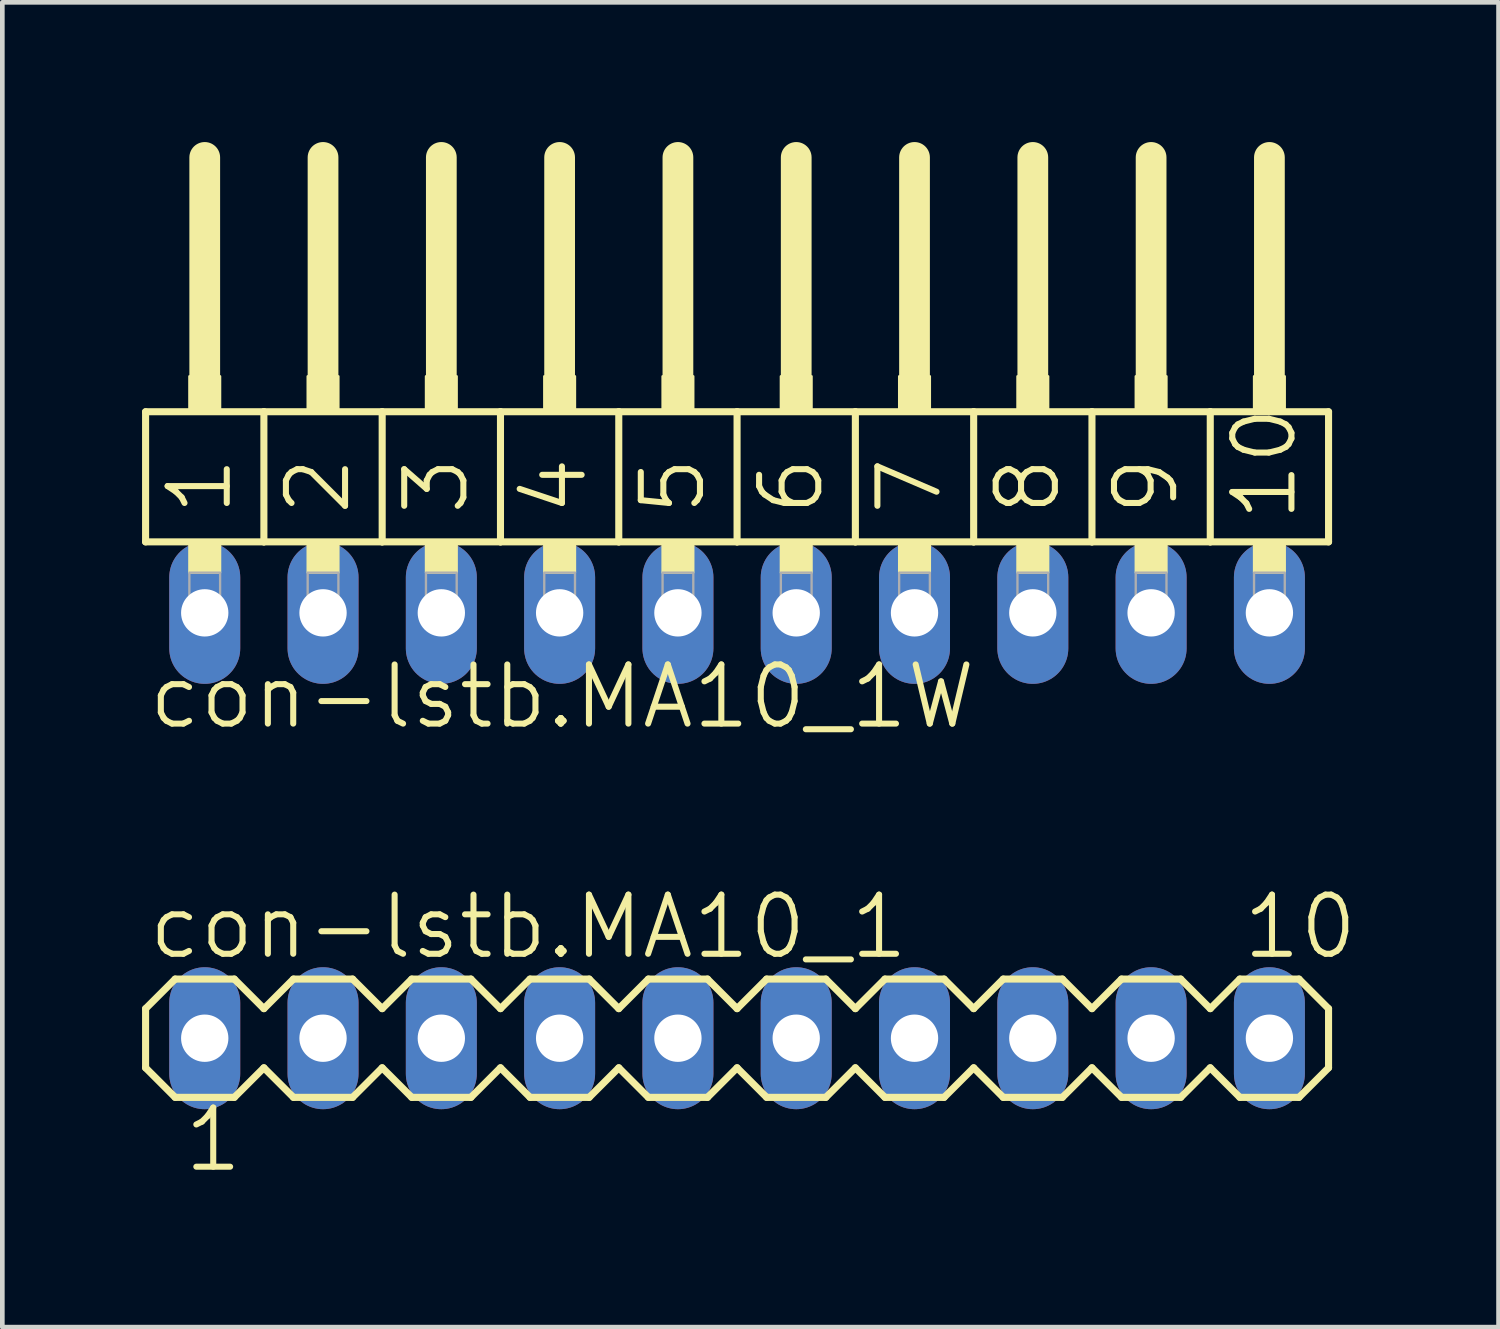
<source format=kicad_pcb>
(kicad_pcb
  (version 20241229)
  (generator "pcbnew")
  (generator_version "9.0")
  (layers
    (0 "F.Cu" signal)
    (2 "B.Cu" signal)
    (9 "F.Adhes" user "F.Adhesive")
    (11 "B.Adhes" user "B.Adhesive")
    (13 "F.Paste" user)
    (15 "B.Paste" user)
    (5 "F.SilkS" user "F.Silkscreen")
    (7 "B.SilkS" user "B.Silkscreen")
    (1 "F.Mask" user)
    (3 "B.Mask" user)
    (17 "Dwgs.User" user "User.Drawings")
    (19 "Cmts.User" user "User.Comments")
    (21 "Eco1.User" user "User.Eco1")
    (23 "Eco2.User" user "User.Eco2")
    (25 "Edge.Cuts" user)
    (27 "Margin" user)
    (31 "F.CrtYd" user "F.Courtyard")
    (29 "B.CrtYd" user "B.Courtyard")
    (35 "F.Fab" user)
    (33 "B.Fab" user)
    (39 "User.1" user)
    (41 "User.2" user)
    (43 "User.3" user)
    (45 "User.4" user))
  (footprint "con-lstb.MA10_1"
    (layer "F.Cu")
    (at 12.776 19.242)
    (property "Reference" "con-lstb.MA10_1" (at -12.7 -1.651 0) (layer "F.SilkS") (effects (font (size 1.27 1.27) (thickness 0.13)) (justify left bottom)))
    (attr through_hole)
    (fp_line (start -12.7 -0.635) (end -12.7 0.635) (stroke (width 0.152) (type default)) (layer "F.SilkS"))
    (fp_line (start -12.7 0.635) (end -12.065 1.27) (stroke (width 0.152) (type default)) (layer "F.SilkS"))
    (fp_line (start -12.065 -1.27) (end -12.7 -0.635) (stroke (width 0.152) (type default)) (layer "F.SilkS"))
    (fp_line (start -12.065 -1.27) (end -10.795 -1.27) (stroke (width 0.152) (type default)) (layer "F.SilkS"))
    (fp_line (start -10.795 -1.27) (end -10.16 -0.635) (stroke (width 0.152) (type default)) (layer "F.SilkS"))
    (fp_line (start -10.795 1.27) (end -12.065 1.27) (stroke (width 0.152) (type default)) (layer "F.SilkS"))
    (fp_line (start -10.16 -0.635) (end -9.525 -1.27) (stroke (width 0.152) (type default)) (layer "F.SilkS"))
    (fp_line (start -10.16 0.635) (end -10.795 1.27) (stroke (width 0.152) (type default)) (layer "F.SilkS"))
    (fp_line (start -9.525 -1.27) (end -8.255 -1.27) (stroke (width 0.152) (type default)) (layer "F.SilkS"))
    (fp_line (start -9.525 1.27) (end -10.16 0.635) (stroke (width 0.152) (type default)) (layer "F.SilkS"))
    (fp_line (start -8.255 -1.27) (end -7.62 -0.635) (stroke (width 0.152) (type default)) (layer "F.SilkS"))
    (fp_line (start -8.255 1.27) (end -9.525 1.27) (stroke (width 0.152) (type default)) (layer "F.SilkS"))
    (fp_line (start -7.62 -0.635) (end -6.985 -1.27) (stroke (width 0.152) (type default)) (layer "F.SilkS"))
    (fp_line (start -7.62 0.635) (end -8.255 1.27) (stroke (width 0.152) (type default)) (layer "F.SilkS"))
    (fp_line (start -6.985 -1.27) (end -5.715 -1.27) (stroke (width 0.152) (type default)) (layer "F.SilkS"))
    (fp_line (start -6.985 1.27) (end -7.62 0.635) (stroke (width 0.152) (type default)) (layer "F.SilkS"))
    (fp_line (start -5.715 -1.27) (end -5.08 -0.635) (stroke (width 0.152) (type default)) (layer "F.SilkS"))
    (fp_line (start -5.715 1.27) (end -6.985 1.27) (stroke (width 0.152) (type default)) (layer "F.SilkS"))
    (fp_line (start -5.08 0.635) (end -5.715 1.27) (stroke (width 0.152) (type default)) (layer "F.SilkS"))
    (fp_line (start -5.08 0.635) (end -4.445 1.27) (stroke (width 0.152) (type default)) (layer "F.SilkS"))
    (fp_line (start -4.445 -1.27) (end -5.08 -0.635) (stroke (width 0.152) (type default)) (layer "F.SilkS"))
    (fp_line (start -4.445 -1.27) (end -3.175 -1.27) (stroke (width 0.152) (type default)) (layer "F.SilkS"))
    (fp_line (start -3.175 -1.27) (end -2.54 -0.635) (stroke (width 0.152) (type default)) (layer "F.SilkS"))
    (fp_line (start -3.175 1.27) (end -4.445 1.27) (stroke (width 0.152) (type default)) (layer "F.SilkS"))
    (fp_line (start -2.54 0.635) (end -3.175 1.27) (stroke (width 0.152) (type default)) (layer "F.SilkS"))
    (fp_line (start -2.54 0.635) (end -1.905 1.27) (stroke (width 0.152) (type default)) (layer "F.SilkS"))
    (fp_line (start -1.905 -1.27) (end -2.54 -0.635) (stroke (width 0.152) (type default)) (layer "F.SilkS"))
    (fp_line (start -1.905 -1.27) (end -0.635 -1.27) (stroke (width 0.152) (type default)) (layer "F.SilkS"))
    (fp_line (start -0.635 -1.27) (end 0 -0.635) (stroke (width 0.152) (type default)) (layer "F.SilkS"))
    (fp_line (start -0.635 1.27) (end -1.905 1.27) (stroke (width 0.152) (type default)) (layer "F.SilkS"))
    (fp_line (start 0 -0.635) (end 0.635 -1.27) (stroke (width 0.152) (type default)) (layer "F.SilkS"))
    (fp_line (start 0 0.635) (end -0.635 1.27) (stroke (width 0.152) (type default)) (layer "F.SilkS"))
    (fp_line (start 0.635 -1.27) (end 1.905 -1.27) (stroke (width 0.152) (type default)) (layer "F.SilkS"))
    (fp_line (start 0.635 1.27) (end 0 0.635) (stroke (width 0.152) (type default)) (layer "F.SilkS"))
    (fp_line (start 1.905 -1.27) (end 2.54 -0.635) (stroke (width 0.152) (type default)) (layer "F.SilkS"))
    (fp_line (start 1.905 1.27) (end 0.635 1.27) (stroke (width 0.152) (type default)) (layer "F.SilkS"))
    (fp_line (start 2.54 -0.635) (end 3.175 -1.27) (stroke (width 0.152) (type default)) (layer "F.SilkS"))
    (fp_line (start 2.54 0.635) (end 1.905 1.27) (stroke (width 0.152) (type default)) (layer "F.SilkS"))
    (fp_line (start 3.175 -1.27) (end 4.445 -1.27) (stroke (width 0.152) (type default)) (layer "F.SilkS"))
    (fp_line (start 3.175 1.27) (end 2.54 0.635) (stroke (width 0.152) (type default)) (layer "F.SilkS"))
    (fp_line (start 4.445 -1.27) (end 5.08 -0.635) (stroke (width 0.152) (type default)) (layer "F.SilkS"))
    (fp_line (start 4.445 1.27) (end 3.175 1.27) (stroke (width 0.152) (type default)) (layer "F.SilkS"))
    (fp_line (start 5.08 0.635) (end 4.445 1.27) (stroke (width 0.152) (type default)) (layer "F.SilkS"))
    (fp_line (start 5.08 0.635) (end 5.715 1.27) (stroke (width 0.152) (type default)) (layer "F.SilkS"))
    (fp_line (start 5.715 -1.27) (end 5.08 -0.635) (stroke (width 0.152) (type default)) (layer "F.SilkS"))
    (fp_line (start 5.715 -1.27) (end 6.985 -1.27) (stroke (width 0.152) (type default)) (layer "F.SilkS"))
    (fp_line (start 6.985 -1.27) (end 7.62 -0.635) (stroke (width 0.152) (type default)) (layer "F.SilkS"))
    (fp_line (start 6.985 1.27) (end 5.715 1.27) (stroke (width 0.152) (type default)) (layer "F.SilkS"))
    (fp_line (start 7.62 0.635) (end 6.985 1.27) (stroke (width 0.152) (type default)) (layer "F.SilkS"))
    (fp_line (start 7.62 0.635) (end 8.255 1.27) (stroke (width 0.152) (type default)) (layer "F.SilkS"))
    (fp_line (start 8.255 -1.27) (end 7.62 -0.635) (stroke (width 0.152) (type default)) (layer "F.SilkS"))
    (fp_line (start 8.255 -1.27) (end 9.525 -1.27) (stroke (width 0.152) (type default)) (layer "F.SilkS"))
    (fp_line (start 9.525 -1.27) (end 10.16 -0.635) (stroke (width 0.152) (type default)) (layer "F.SilkS"))
    (fp_line (start 9.525 1.27) (end 8.255 1.27) (stroke (width 0.152) (type default)) (layer "F.SilkS"))
    (fp_line (start 10.16 -0.635) (end 10.795 -1.27) (stroke (width 0.152) (type default)) (layer "F.SilkS"))
    (fp_line (start 10.16 0.635) (end 9.525 1.27) (stroke (width 0.152) (type default)) (layer "F.SilkS"))
    (fp_line (start 10.795 -1.27) (end 12.065 -1.27) (stroke (width 0.152) (type default)) (layer "F.SilkS"))
    (fp_line (start 10.795 1.27) (end 10.16 0.635) (stroke (width 0.152) (type default)) (layer "F.SilkS"))
    (fp_line (start 12.065 -1.27) (end 12.7 -0.635) (stroke (width 0.152) (type default)) (layer "F.SilkS"))
    (fp_line (start 12.065 1.27) (end 10.795 1.27) (stroke (width 0.152) (type default)) (layer "F.SilkS"))
    (fp_line (start 12.7 -0.635) (end 12.7 0.635) (stroke (width 0.152) (type default)) (layer "F.SilkS"))
    (fp_line (start 12.7 0.635) (end 12.065 1.27) (stroke (width 0.152) (type default)) (layer "F.SilkS"))
    (fp_rect (start -11.684 0.254) (end -11.176 -0.254) (stroke (width 0.05) (type default)) (fill no) (layer "F.Fab"))
    (fp_rect (start -9.144 0.254) (end -8.636 -0.254) (stroke (width 0.05) (type default)) (fill no) (layer "F.Fab"))
    (fp_rect (start -6.604 0.254) (end -6.096 -0.254) (stroke (width 0.05) (type default)) (fill no) (layer "F.Fab"))
    (fp_rect (start -4.064 0.254) (end -3.556 -0.254) (stroke (width 0.05) (type default)) (fill no) (layer "F.Fab"))
    (fp_rect (start -1.524 0.254) (end -1.016 -0.254) (stroke (width 0.05) (type default)) (fill no) (layer "F.Fab"))
    (fp_rect (start 1.016 0.254) (end 1.524 -0.254) (stroke (width 0.05) (type default)) (fill no) (layer "F.Fab"))
    (fp_rect (start 3.556 0.254) (end 4.064 -0.254) (stroke (width 0.05) (type default)) (fill no) (layer "F.Fab"))
    (fp_rect (start 6.096 0.254) (end 6.604 -0.254) (stroke (width 0.05) (type default)) (fill no) (layer "F.Fab"))
    (fp_rect (start 8.636 0.254) (end 9.144 -0.254) (stroke (width 0.05) (type default)) (fill no) (layer "F.Fab"))
    (fp_rect (start 11.176 0.254) (end 11.684 -0.254) (stroke (width 0.05) (type default)) (fill no) (layer "F.Fab"))
    (fp_text user "1" (at -11.938 2.921 0) (layer "F.SilkS") (effects (font (size 1.27 1.27) (thickness 0.13)) (justify left bottom)))
    (fp_text user "10" (at 10.795 -1.651 0) (layer "F.SilkS") (effects (font (size 1.27 1.27) (thickness 0.13)) (justify left bottom)))
    (pad "1" thru_hole oval (at -11.43 0 90) (size 3.048 1.524) (drill 1.016) (layers "*.Cu" "*.Mask"))
    (pad "2" thru_hole oval (at -8.89 0 90) (size 3.048 1.524) (drill 1.016) (layers "*.Cu" "*.Mask"))
    (pad "3" thru_hole oval (at -6.35 0 90) (size 3.048 1.524) (drill 1.016) (layers "*.Cu" "*.Mask"))
    (pad "4" thru_hole oval (at -3.81 0 90) (size 3.048 1.524) (drill 1.016) (layers "*.Cu" "*.Mask"))
    (pad "5" thru_hole oval (at -1.27 0 90) (size 3.048 1.524) (drill 1.016) (layers "*.Cu" "*.Mask"))
    (pad "6" thru_hole oval (at 1.27 0 90) (size 3.048 1.524) (drill 1.016) (layers "*.Cu" "*.Mask"))
    (pad "7" thru_hole oval (at 3.81 0 90) (size 3.048 1.524) (drill 1.016) (layers "*.Cu" "*.Mask"))
    (pad "8" thru_hole oval (at 6.35 0 90) (size 3.048 1.524) (drill 1.016) (layers "*.Cu" "*.Mask"))
    (pad "9" thru_hole oval (at 8.89 0 90) (size 3.048 1.524) (drill 1.016) (layers "*.Cu" "*.Mask"))
    (pad "10" thru_hole oval (at 11.43 0 90) (size 3.048 1.524) (drill 1.016) (layers "*.Cu" "*.Mask")))
  (footprint "con-lstb.MA10_1W"
    (layer "F.Cu")
    (at 12.776 10.109)
    (property "Reference" "con-lstb.MA10_1W" (at -12.7 2.54 0) (layer "F.SilkS") (effects (font (size 1.27 1.27) (thickness 0.13)) (justify left bottom)))
    (attr through_hole)
    (fp_line (start -12.7 -4.318) (end -10.16 -4.318) (stroke (width 0.152) (type default)) (layer "F.SilkS"))
    (fp_line (start -12.7 -1.524) (end -12.7 -4.318) (stroke (width 0.152) (type default)) (layer "F.SilkS"))
    (fp_line (start -11.43 -5.08) (end -11.43 -9.779) (stroke (width 0.66) (type default)) (layer "F.SilkS"))
    (fp_line (start -10.16 -4.318) (end -7.62 -4.318) (stroke (width 0.152) (type default)) (layer "F.SilkS"))
    (fp_line (start -10.16 -1.524) (end -12.7 -1.524) (stroke (width 0.152) (type default)) (layer "F.SilkS"))
    (fp_line (start -10.16 -1.524) (end -10.16 -4.318) (stroke (width 0.152) (type default)) (layer "F.SilkS"))
    (fp_line (start -10.16 -1.524) (end -7.62 -1.524) (stroke (width 0.152) (type default)) (layer "F.SilkS"))
    (fp_line (start -8.89 -5.08) (end -8.89 -9.779) (stroke (width 0.66) (type default)) (layer "F.SilkS"))
    (fp_line (start -7.62 -4.318) (end -5.08 -4.318) (stroke (width 0.152) (type default)) (layer "F.SilkS"))
    (fp_line (start -7.62 -1.524) (end -7.62 -4.318) (stroke (width 0.152) (type default)) (layer "F.SilkS"))
    (fp_line (start -6.35 -5.08) (end -6.35 -9.779) (stroke (width 0.66) (type default)) (layer "F.SilkS"))
    (fp_line (start -5.08 -4.318) (end -2.54 -4.318) (stroke (width 0.152) (type default)) (layer "F.SilkS"))
    (fp_line (start -5.08 -1.524) (end -7.62 -1.524) (stroke (width 0.152) (type default)) (layer "F.SilkS"))
    (fp_line (start -5.08 -1.524) (end -5.08 -4.318) (stroke (width 0.152) (type default)) (layer "F.SilkS"))
    (fp_line (start -3.81 -5.08) (end -3.81 -9.779) (stroke (width 0.66) (type default)) (layer "F.SilkS"))
    (fp_line (start -2.54 -4.318) (end 0 -4.318) (stroke (width 0.152) (type default)) (layer "F.SilkS"))
    (fp_line (start -2.54 -1.524) (end -5.08 -1.524) (stroke (width 0.152) (type default)) (layer "F.SilkS"))
    (fp_line (start -2.54 -1.524) (end -2.54 -4.318) (stroke (width 0.152) (type default)) (layer "F.SilkS"))
    (fp_line (start -1.27 -5.08) (end -1.27 -9.779) (stroke (width 0.66) (type default)) (layer "F.SilkS"))
    (fp_line (start 0 -4.318) (end 2.54 -4.318) (stroke (width 0.152) (type default)) (layer "F.SilkS"))
    (fp_line (start 0 -1.524) (end -2.54 -1.524) (stroke (width 0.152) (type default)) (layer "F.SilkS"))
    (fp_line (start 0 -1.524) (end 0 -4.318) (stroke (width 0.152) (type default)) (layer "F.SilkS"))
    (fp_line (start 1.27 -5.08) (end 1.27 -9.779) (stroke (width 0.66) (type default)) (layer "F.SilkS"))
    (fp_line (start 2.54 -4.318) (end 5.08 -4.318) (stroke (width 0.152) (type default)) (layer "F.SilkS"))
    (fp_line (start 2.54 -1.524) (end 0 -1.524) (stroke (width 0.152) (type default)) (layer "F.SilkS"))
    (fp_line (start 2.54 -1.524) (end 2.54 -4.318) (stroke (width 0.152) (type default)) (layer "F.SilkS"))
    (fp_line (start 2.54 -1.524) (end 5.08 -1.524) (stroke (width 0.152) (type default)) (layer "F.SilkS"))
    (fp_line (start 3.81 -5.08) (end 3.81 -9.779) (stroke (width 0.66) (type default)) (layer "F.SilkS"))
    (fp_line (start 5.08 -4.318) (end 7.62 -4.318) (stroke (width 0.152) (type default)) (layer "F.SilkS"))
    (fp_line (start 5.08 -1.524) (end 5.08 -4.318) (stroke (width 0.152) (type default)) (layer "F.SilkS"))
    (fp_line (start 6.35 -5.08) (end 6.35 -9.779) (stroke (width 0.66) (type default)) (layer "F.SilkS"))
    (fp_line (start 7.62 -4.318) (end 10.16 -4.318) (stroke (width 0.152) (type default)) (layer "F.SilkS"))
    (fp_line (start 7.62 -1.524) (end 5.08 -1.524) (stroke (width 0.152) (type default)) (layer "F.SilkS"))
    (fp_line (start 7.62 -1.524) (end 7.62 -4.318) (stroke (width 0.152) (type default)) (layer "F.SilkS"))
    (fp_line (start 8.89 -5.08) (end 8.89 -9.779) (stroke (width 0.66) (type default)) (layer "F.SilkS"))
    (fp_line (start 10.16 -4.318) (end 12.7 -4.318) (stroke (width 0.152) (type default)) (layer "F.SilkS"))
    (fp_line (start 10.16 -1.524) (end 7.62 -1.524) (stroke (width 0.152) (type default)) (layer "F.SilkS"))
    (fp_line (start 10.16 -1.524) (end 10.16 -4.318) (stroke (width 0.152) (type default)) (layer "F.SilkS"))
    (fp_line (start 11.43 -5.08) (end 11.43 -9.779) (stroke (width 0.66) (type default)) (layer "F.SilkS"))
    (fp_line (start 12.7 -1.524) (end 10.16 -1.524) (stroke (width 0.152) (type default)) (layer "F.SilkS"))
    (fp_line (start 12.7 -1.524) (end 12.7 -4.318) (stroke (width 0.152) (type default)) (layer "F.SilkS"))
    (fp_rect (start -11.76 -4.318) (end -11.1 -5.08) (stroke (width 0.05) (type default)) (fill yes) (layer "F.SilkS"))
    (fp_rect (start -11.76 -0.864) (end -11.1 -1.524) (stroke (width 0.05) (type default)) (fill yes) (layer "F.SilkS"))
    (fp_rect (start -9.22 -4.318) (end -8.56 -5.08) (stroke (width 0.05) (type default)) (fill yes) (layer "F.SilkS"))
    (fp_rect (start -9.22 -0.864) (end -8.56 -1.524) (stroke (width 0.05) (type default)) (fill yes) (layer "F.SilkS"))
    (fp_rect (start -6.68 -4.318) (end -6.02 -5.08) (stroke (width 0.05) (type default)) (fill yes) (layer "F.SilkS"))
    (fp_rect (start -6.68 -0.864) (end -6.02 -1.524) (stroke (width 0.05) (type default)) (fill yes) (layer "F.SilkS"))
    (fp_rect (start -4.14 -4.318) (end -3.48 -5.08) (stroke (width 0.05) (type default)) (fill yes) (layer "F.SilkS"))
    (fp_rect (start -4.14 -0.864) (end -3.48 -1.524) (stroke (width 0.05) (type default)) (fill yes) (layer "F.SilkS"))
    (fp_rect (start -1.6 -4.318) (end -0.94 -5.08) (stroke (width 0.05) (type default)) (fill yes) (layer "F.SilkS"))
    (fp_rect (start -1.6 -0.864) (end -0.94 -1.524) (stroke (width 0.05) (type default)) (fill yes) (layer "F.SilkS"))
    (fp_rect (start 0.94 -4.318) (end 1.6 -5.08) (stroke (width 0.05) (type default)) (fill yes) (layer "F.SilkS"))
    (fp_rect (start 0.94 -0.864) (end 1.6 -1.524) (stroke (width 0.05) (type default)) (fill yes) (layer "F.SilkS"))
    (fp_rect (start 3.48 -4.318) (end 4.14 -5.08) (stroke (width 0.05) (type default)) (fill yes) (layer "F.SilkS"))
    (fp_rect (start 3.48 -0.864) (end 4.14 -1.524) (stroke (width 0.05) (type default)) (fill yes) (layer "F.SilkS"))
    (fp_rect (start 6.02 -4.318) (end 6.68 -5.08) (stroke (width 0.05) (type default)) (fill yes) (layer "F.SilkS"))
    (fp_rect (start 6.02 -0.864) (end 6.68 -1.524) (stroke (width 0.05) (type default)) (fill yes) (layer "F.SilkS"))
    (fp_rect (start 8.56 -4.318) (end 9.22 -5.08) (stroke (width 0.05) (type default)) (fill yes) (layer "F.SilkS"))
    (fp_rect (start 8.56 -0.864) (end 9.22 -1.524) (stroke (width 0.05) (type default)) (fill yes) (layer "F.SilkS"))
    (fp_rect (start 11.1 -4.318) (end 11.76 -5.08) (stroke (width 0.05) (type default)) (fill yes) (layer "F.SilkS"))
    (fp_rect (start 11.1 -0.864) (end 11.76 -1.524) (stroke (width 0.05) (type default)) (fill yes) (layer "F.SilkS"))
    (fp_rect (start -11.76 0.33) (end -11.1 -0.864) (stroke (width 0.05) (type default)) (fill no) (layer "F.Fab"))
    (fp_rect (start -9.22 0.33) (end -8.56 -0.864) (stroke (width 0.05) (type default)) (fill no) (layer "F.Fab"))
    (fp_rect (start -6.68 0.33) (end -6.02 -0.864) (stroke (width 0.05) (type default)) (fill no) (layer "F.Fab"))
    (fp_rect (start -4.14 0.33) (end -3.48 -0.864) (stroke (width 0.05) (type default)) (fill no) (layer "F.Fab"))
    (fp_rect (start -1.6 0.33) (end -0.94 -0.864) (stroke (width 0.05) (type default)) (fill no) (layer "F.Fab"))
    (fp_rect (start 0.94 0.33) (end 1.6 -0.864) (stroke (width 0.05) (type default)) (fill no) (layer "F.Fab"))
    (fp_rect (start 3.48 0.33) (end 4.14 -0.864) (stroke (width 0.05) (type default)) (fill no) (layer "F.Fab"))
    (fp_rect (start 6.02 0.33) (end 6.68 -0.864) (stroke (width 0.05) (type default)) (fill no) (layer "F.Fab"))
    (fp_rect (start 8.56 0.33) (end 9.22 -0.864) (stroke (width 0.05) (type default)) (fill no) (layer "F.Fab"))
    (fp_rect (start 11.1 0.33) (end 11.76 -0.864) (stroke (width 0.05) (type default)) (fill no) (layer "F.Fab"))
    (fp_text user "1" (at -10.795 -2.032 90) (layer "F.SilkS") (effects (font (size 1.27 1.27) (thickness 0.13)) (justify left bottom)))
    (fp_text user "9" (at 9.525 -2.032 90) (layer "F.SilkS") (effects (font (size 1.27 1.27) (thickness 0.13)) (justify left bottom)))
    (fp_text user "2" (at -8.255 -2.032 90) (layer "F.SilkS") (effects (font (size 1.27 1.27) (thickness 0.13)) (justify left bottom)))
    (fp_text user "3" (at -5.715 -2.032 90) (layer "F.SilkS") (effects (font (size 1.27 1.27) (thickness 0.13)) (justify left bottom)))
    (fp_text user "5" (at -0.635 -2.032 90) (layer "F.SilkS") (effects (font (size 1.27 1.27) (thickness 0.13)) (justify left bottom)))
    (fp_text user "6" (at 1.905 -2.032 90) (layer "F.SilkS") (effects (font (size 1.27 1.27) (thickness 0.13)) (justify left bottom)))
    (fp_text user "4" (at -3.175 -2.032 90) (layer "F.SilkS") (effects (font (size 1.27 1.27) (thickness 0.13)) (justify left bottom)))
    (fp_text user "7" (at 4.445 -2.032 90) (layer "F.SilkS") (effects (font (size 1.27 1.27) (thickness 0.13)) (justify left bottom)))
    (fp_text user "8" (at 6.985 -2.032 90) (layer "F.SilkS") (effects (font (size 1.27 1.27) (thickness 0.13)) (justify left bottom)))
    (fp_text user "10" (at 12.065 -1.905 90) (layer "F.SilkS") (effects (font (size 1.27 1.27) (thickness 0.13)) (justify left bottom)))
    (pad "1" thru_hole oval (at -11.43 0 90) (size 3.048 1.524) (drill 1.016) (layers "*.Cu" "*.Mask"))
    (pad "2" thru_hole oval (at -8.89 0 90) (size 3.048 1.524) (drill 1.016) (layers "*.Cu" "*.Mask"))
    (pad "3" thru_hole oval (at -6.35 0 90) (size 3.048 1.524) (drill 1.016) (layers "*.Cu" "*.Mask"))
    (pad "4" thru_hole oval (at -3.81 0 90) (size 3.048 1.524) (drill 1.016) (layers "*.Cu" "*.Mask"))
    (pad "5" thru_hole oval (at -1.27 0 90) (size 3.048 1.524) (drill 1.016) (layers "*.Cu" "*.Mask"))
    (pad "6" thru_hole oval (at 1.27 0 90) (size 3.048 1.524) (drill 1.016) (layers "*.Cu" "*.Mask"))
    (pad "7" thru_hole oval (at 3.81 0 90) (size 3.048 1.524) (drill 1.016) (layers "*.Cu" "*.Mask"))
    (pad "8" thru_hole oval (at 6.35 0 90) (size 3.048 1.524) (drill 1.016) (layers "*.Cu" "*.Mask"))
    (pad "9" thru_hole oval (at 8.89 0 90) (size 3.048 1.524) (drill 1.016) (layers "*.Cu" "*.Mask"))
    (pad "10" thru_hole oval (at 11.43 0 90) (size 3.048 1.524) (drill 1.016) (layers "*.Cu" "*.Mask")))
  (gr_rect
    (start -3 -3)
    (end 29.126 25.446)
    (stroke (width 0.1) (type default))
    (fill no)
    (layer "Edge.Cuts")))
</source>
